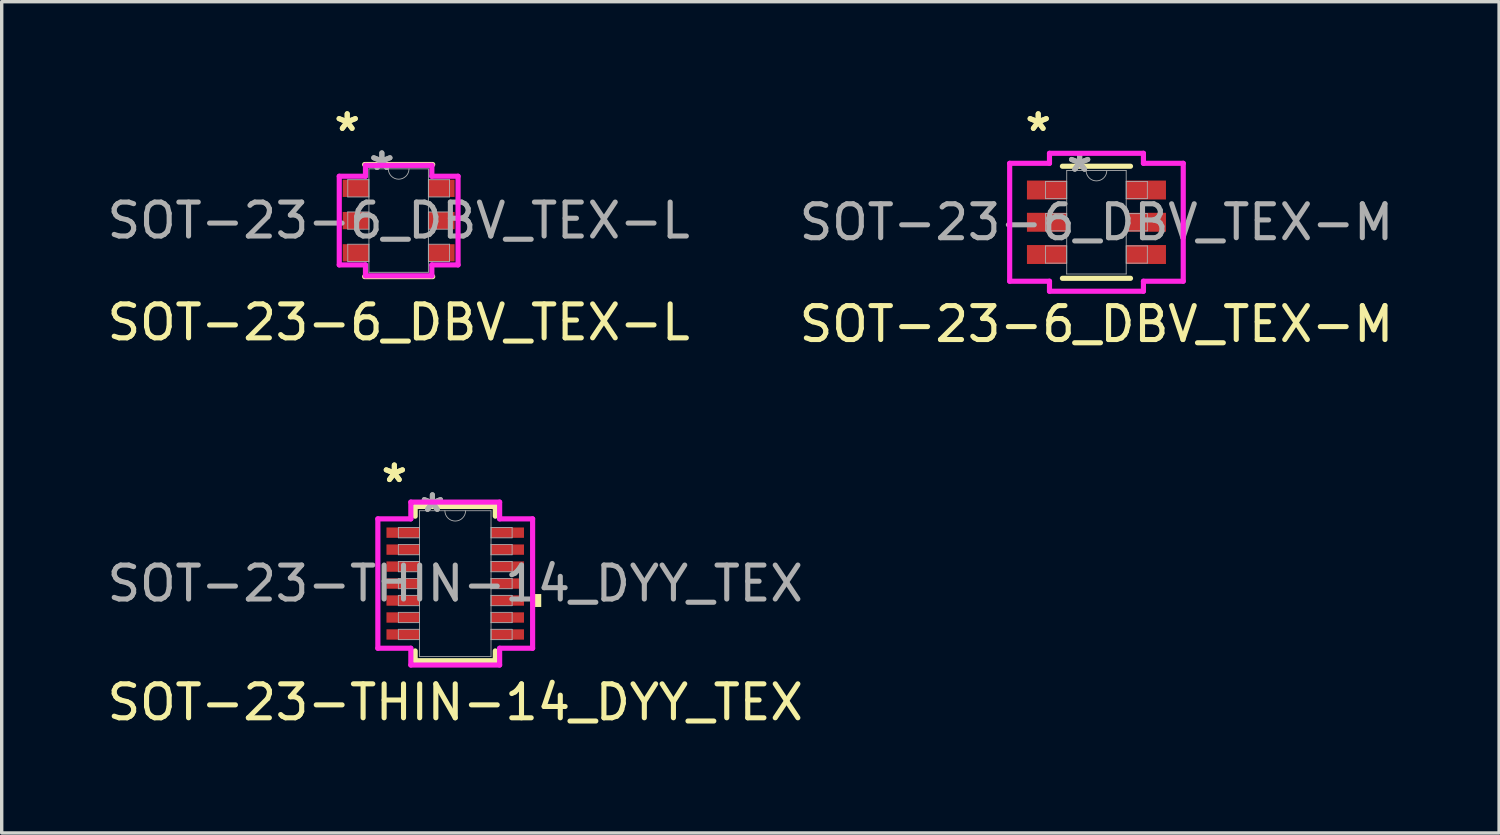
<source format=kicad_pcb>
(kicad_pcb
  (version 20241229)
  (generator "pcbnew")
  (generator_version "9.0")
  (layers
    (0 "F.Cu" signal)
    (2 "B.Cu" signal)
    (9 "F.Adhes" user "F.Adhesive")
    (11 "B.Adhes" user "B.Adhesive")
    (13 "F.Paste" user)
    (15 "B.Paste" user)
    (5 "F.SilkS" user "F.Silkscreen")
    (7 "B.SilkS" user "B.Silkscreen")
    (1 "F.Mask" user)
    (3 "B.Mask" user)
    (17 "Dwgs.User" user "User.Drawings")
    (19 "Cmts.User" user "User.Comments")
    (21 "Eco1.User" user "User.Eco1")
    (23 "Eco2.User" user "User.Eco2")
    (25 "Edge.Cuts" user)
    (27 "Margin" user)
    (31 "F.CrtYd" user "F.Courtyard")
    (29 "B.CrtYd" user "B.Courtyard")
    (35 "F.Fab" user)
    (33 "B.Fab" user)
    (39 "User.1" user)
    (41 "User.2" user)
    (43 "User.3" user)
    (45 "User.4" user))
  (footprint "SOT-23-6_DBV_TEX-L"
    (layer "F.Cu")
    (at 8.696 3.449)
    (property "Reference" "SOT-23-6_DBV_TEX-L" (at 0 3 0) (unlocked yes) (layer "F.SilkS") (effects (font (size 1 1) (thickness 0.15))))
    (attr smd)
    (fp_line (start -1.003 1.651) (end 1.003 1.651) (stroke (width 0.152) (type solid)) (layer "F.SilkS"))
    (fp_line (start 1.003 -1.651) (end -1.003 -1.651) (stroke (width 0.152) (type solid)) (layer "F.SilkS"))
    (fp_line (start -1.75 -1.306) (end -0.978 -1.306) (stroke (width 0.152) (type solid)) (layer "F.CrtYd"))
    (fp_line (start -1.75 1.306) (end -1.75 -1.306) (stroke (width 0.152) (type solid)) (layer "F.CrtYd"))
    (fp_line (start -1.75 1.306) (end -0.978 1.306) (stroke (width 0.152) (type solid)) (layer "F.CrtYd"))
    (fp_line (start -0.978 -1.626) (end 0.978 -1.626) (stroke (width 0.152) (type solid)) (layer "F.CrtYd"))
    (fp_line (start -0.978 -1.306) (end -0.978 -1.626) (stroke (width 0.152) (type solid)) (layer "F.CrtYd"))
    (fp_line (start -0.978 1.626) (end -0.978 1.306) (stroke (width 0.152) (type solid)) (layer "F.CrtYd"))
    (fp_line (start 0.978 -1.626) (end 0.978 -1.306) (stroke (width 0.152) (type solid)) (layer "F.CrtYd"))
    (fp_line (start 0.978 1.306) (end 0.978 1.626) (stroke (width 0.152) (type solid)) (layer "F.CrtYd"))
    (fp_line (start 0.978 1.626) (end -0.978 1.626) (stroke (width 0.152) (type solid)) (layer "F.CrtYd"))
    (fp_line (start 1.75 -1.306) (end 0.978 -1.306) (stroke (width 0.152) (type solid)) (layer "F.CrtYd"))
    (fp_line (start 1.75 -1.306) (end 1.75 1.306) (stroke (width 0.152) (type solid)) (layer "F.CrtYd"))
    (fp_line (start 1.75 1.306) (end 0.978 1.306) (stroke (width 0.152) (type solid)) (layer "F.CrtYd"))
    (fp_line (start -1.499 -1.204) (end -1.499 -0.696) (stroke (width 0.025) (type solid)) (layer "F.Fab"))
    (fp_line (start -1.499 -0.696) (end -0.876 -0.696) (stroke (width 0.025) (type solid)) (layer "F.Fab"))
    (fp_line (start -1.499 -0.254) (end -1.499 0.254) (stroke (width 0.025) (type solid)) (layer "F.Fab"))
    (fp_line (start -1.499 0.254) (end -0.876 0.254) (stroke (width 0.025) (type solid)) (layer "F.Fab"))
    (fp_line (start -1.499 0.696) (end -1.499 1.204) (stroke (width 0.025) (type solid)) (layer "F.Fab"))
    (fp_line (start -1.499 1.204) (end -0.876 1.204) (stroke (width 0.025) (type solid)) (layer "F.Fab"))
    (fp_line (start -0.876 -1.524) (end -0.876 1.524) (stroke (width 0.025) (type solid)) (layer "F.Fab"))
    (fp_line (start -0.876 -1.204) (end -1.499 -1.204) (stroke (width 0.025) (type solid)) (layer "F.Fab"))
    (fp_line (start -0.876 -0.696) (end -0.876 -1.204) (stroke (width 0.025) (type solid)) (layer "F.Fab"))
    (fp_line (start -0.876 -0.254) (end -1.499 -0.254) (stroke (width 0.025) (type solid)) (layer "F.Fab"))
    (fp_line (start -0.876 0.254) (end -0.876 -0.254) (stroke (width 0.025) (type solid)) (layer "F.Fab"))
    (fp_line (start -0.876 0.696) (end -1.499 0.696) (stroke (width 0.025) (type solid)) (layer "F.Fab"))
    (fp_line (start -0.876 1.204) (end -0.876 0.696) (stroke (width 0.025) (type solid)) (layer "F.Fab"))
    (fp_line (start -0.876 1.524) (end 0.876 1.524) (stroke (width 0.025) (type solid)) (layer "F.Fab"))
    (fp_line (start 0.876 -1.524) (end -0.876 -1.524) (stroke (width 0.025) (type solid)) (layer "F.Fab"))
    (fp_line (start 0.876 -1.204) (end 0.876 -0.696) (stroke (width 0.025) (type solid)) (layer "F.Fab"))
    (fp_line (start 0.876 -0.696) (end 1.499 -0.696) (stroke (width 0.025) (type solid)) (layer "F.Fab"))
    (fp_line (start 0.876 -0.254) (end 0.876 0.254) (stroke (width 0.025) (type solid)) (layer "F.Fab"))
    (fp_line (start 0.876 0.254) (end 1.499 0.254) (stroke (width 0.025) (type solid)) (layer "F.Fab"))
    (fp_line (start 0.876 0.696) (end 0.876 1.204) (stroke (width 0.025) (type solid)) (layer "F.Fab"))
    (fp_line (start 0.876 1.204) (end 1.499 1.204) (stroke (width 0.025) (type solid)) (layer "F.Fab"))
    (fp_line (start 0.876 1.524) (end 0.876 -1.524) (stroke (width 0.025) (type solid)) (layer "F.Fab"))
    (fp_line (start 1.499 -1.204) (end 0.876 -1.204) (stroke (width 0.025) (type solid)) (layer "F.Fab"))
    (fp_line (start 1.499 -0.696) (end 1.499 -1.204) (stroke (width 0.025) (type solid)) (layer "F.Fab"))
    (fp_line (start 1.499 -0.254) (end 0.876 -0.254) (stroke (width 0.025) (type solid)) (layer "F.Fab"))
    (fp_line (start 1.499 0.254) (end 1.499 -0.254) (stroke (width 0.025) (type solid)) (layer "F.Fab"))
    (fp_line (start 1.499 0.696) (end 0.876 0.696) (stroke (width 0.025) (type solid)) (layer "F.Fab"))
    (fp_line (start 1.499 1.204) (end 1.499 0.696) (stroke (width 0.025) (type solid)) (layer "F.Fab"))
    (fp_arc (start 0.3048 -1.524) (mid 0 -1.2192) (end -0.3048 -1.524) (stroke (width 0.0254) (type solid)) (layer "F.Fab"))
    (fp_text user "*" (at -1.516 -2.601 0) (layer "F.SilkS") (effects (font (size 1 1) (thickness 0.15))))
    (fp_text user "*" (at -1.516 -2.601 0) (unlocked yes) (layer "F.SilkS") (effects (font (size 1 1) (thickness 0.15))))
    (fp_text user "*" (at -0.495 -1.448 0) (unlocked yes) (layer "F.Fab") (effects (font (size 1 1) (thickness 0.15))))
    (fp_text user "*" (at -0.495 -1.448 0) (layer "F.Fab") (effects (font (size 1 1) (thickness 0.15))))
    (fp_text user "${REFERENCE}" (at 0 0 0) (unlocked yes) (layer "F.Fab") (effects (font (size 1 1) (thickness 0.15))))
    (pad "1" smd rect (at -1.262 -0.95) (size 0.772 0.508) (layers "F.Cu" "F.Mask" "F.Paste"))
    (pad "2" smd rect (at -1.262 0) (size 0.772 0.508) (layers "F.Cu" "F.Mask" "F.Paste"))
    (pad "3" smd rect (at -1.262 0.95) (size 0.772 0.508) (layers "F.Cu" "F.Mask" "F.Paste"))
    (pad "4" smd rect (at 1.262 0.95) (size 0.772 0.508) (layers "F.Cu" "F.Mask" "F.Paste"))
    (pad "5" smd rect (at 1.262 0) (size 0.772 0.508) (layers "F.Cu" "F.Mask" "F.Paste"))
    (pad "6" smd rect (at 1.262 -0.95) (size 0.772 0.508) (layers "F.Cu" "F.Mask" "F.Paste")))
  (footprint "SOT-23-THIN-14_DYY_TEX"
    (layer "F.Cu")
    (at 10.363 14.144)
    (property "Reference" "SOT-23-THIN-14_DYY_TEX" (at 0 3.5 0) (unlocked yes) (layer "F.SilkS") (effects (font (size 1 1) (thickness 0.15))))
    (attr smd)
    (fp_line (start -1.181 -2.273) (end -1.181 -1.985) (stroke (width 0.152) (type solid)) (layer "F.SilkS"))
    (fp_line (start -1.181 1.985) (end -1.181 2.273) (stroke (width 0.152) (type solid)) (layer "F.SilkS"))
    (fp_line (start -1.181 2.273) (end 1.181 2.273) (stroke (width 0.152) (type solid)) (layer "F.SilkS"))
    (fp_line (start 1.181 -2.273) (end -1.181 -2.273) (stroke (width 0.152) (type solid)) (layer "F.SilkS"))
    (fp_line (start 1.181 -1.985) (end 1.181 -2.273) (stroke (width 0.152) (type solid)) (layer "F.SilkS"))
    (fp_line (start 1.181 2.273) (end 1.181 1.985) (stroke (width 0.152) (type solid)) (layer "F.SilkS"))
    (fp_poly (pts (xy 2.534 0.309) (xy 2.534 0.69) (xy 2.28 0.69) (xy 2.28 0.309)) (stroke (width 0) (type solid)) (fill yes) (layer "F.SilkS"))
    (fp_line (start -2.28 -1.906) (end -1.308 -1.906) (stroke (width 0.152) (type solid)) (layer "F.CrtYd"))
    (fp_line (start -2.28 1.906) (end -2.28 -1.906) (stroke (width 0.152) (type solid)) (layer "F.CrtYd"))
    (fp_line (start -2.28 1.906) (end -1.308 1.906) (stroke (width 0.152) (type solid)) (layer "F.CrtYd"))
    (fp_line (start -1.308 -2.4) (end 1.308 -2.4) (stroke (width 0.152) (type solid)) (layer "F.CrtYd"))
    (fp_line (start -1.308 -1.906) (end -1.308 -2.4) (stroke (width 0.152) (type solid)) (layer "F.CrtYd"))
    (fp_line (start -1.308 2.4) (end -1.308 1.906) (stroke (width 0.152) (type solid)) (layer "F.CrtYd"))
    (fp_line (start 1.308 -2.4) (end 1.308 -1.906) (stroke (width 0.152) (type solid)) (layer "F.CrtYd"))
    (fp_line (start 1.308 1.906) (end 1.308 2.4) (stroke (width 0.152) (type solid)) (layer "F.CrtYd"))
    (fp_line (start 1.308 2.4) (end -1.308 2.4) (stroke (width 0.152) (type solid)) (layer "F.CrtYd"))
    (fp_line (start 2.28 -1.906) (end 1.308 -1.906) (stroke (width 0.152) (type solid)) (layer "F.CrtYd"))
    (fp_line (start 2.28 -1.906) (end 2.28 1.906) (stroke (width 0.152) (type solid)) (layer "F.CrtYd"))
    (fp_line (start 2.28 1.906) (end 1.308 1.906) (stroke (width 0.152) (type solid)) (layer "F.CrtYd"))
    (fp_line (start -1.676 -1.652) (end -1.676 -1.348) (stroke (width 0.025) (type solid)) (layer "F.Fab"))
    (fp_line (start -1.676 -1.348) (end -1.054 -1.348) (stroke (width 0.025) (type solid)) (layer "F.Fab"))
    (fp_line (start -1.676 -1.152) (end -1.676 -0.848) (stroke (width 0.025) (type solid)) (layer "F.Fab"))
    (fp_line (start -1.676 -0.848) (end -1.054 -0.848) (stroke (width 0.025) (type solid)) (layer "F.Fab"))
    (fp_line (start -1.676 -0.652) (end -1.676 -0.348) (stroke (width 0.025) (type solid)) (layer "F.Fab"))
    (fp_line (start -1.676 -0.348) (end -1.054 -0.348) (stroke (width 0.025) (type solid)) (layer "F.Fab"))
    (fp_line (start -1.676 -0.152) (end -1.676 0.152) (stroke (width 0.025) (type solid)) (layer "F.Fab"))
    (fp_line (start -1.676 0.152) (end -1.054 0.152) (stroke (width 0.025) (type solid)) (layer "F.Fab"))
    (fp_line (start -1.676 0.348) (end -1.676 0.652) (stroke (width 0.025) (type solid)) (layer "F.Fab"))
    (fp_line (start -1.676 0.652) (end -1.054 0.652) (stroke (width 0.025) (type solid)) (layer "F.Fab"))
    (fp_line (start -1.676 0.848) (end -1.676 1.152) (stroke (width 0.025) (type solid)) (layer "F.Fab"))
    (fp_line (start -1.676 1.152) (end -1.054 1.152) (stroke (width 0.025) (type solid)) (layer "F.Fab"))
    (fp_line (start -1.676 1.348) (end -1.676 1.652) (stroke (width 0.025) (type solid)) (layer "F.Fab"))
    (fp_line (start -1.676 1.652) (end -1.054 1.652) (stroke (width 0.025) (type solid)) (layer "F.Fab"))
    (fp_line (start -1.054 -2.146) (end -1.054 2.146) (stroke (width 0.025) (type solid)) (layer "F.Fab"))
    (fp_line (start -1.054 -1.652) (end -1.676 -1.652) (stroke (width 0.025) (type solid)) (layer "F.Fab"))
    (fp_line (start -1.054 -1.348) (end -1.054 -1.652) (stroke (width 0.025) (type solid)) (layer "F.Fab"))
    (fp_line (start -1.054 -1.152) (end -1.676 -1.152) (stroke (width 0.025) (type solid)) (layer "F.Fab"))
    (fp_line (start -1.054 -0.848) (end -1.054 -1.152) (stroke (width 0.025) (type solid)) (layer "F.Fab"))
    (fp_line (start -1.054 -0.652) (end -1.676 -0.652) (stroke (width 0.025) (type solid)) (layer "F.Fab"))
    (fp_line (start -1.054 -0.348) (end -1.054 -0.652) (stroke (width 0.025) (type solid)) (layer "F.Fab"))
    (fp_line (start -1.054 -0.152) (end -1.676 -0.152) (stroke (width 0.025) (type solid)) (layer "F.Fab"))
    (fp_line (start -1.054 0.152) (end -1.054 -0.152) (stroke (width 0.025) (type solid)) (layer "F.Fab"))
    (fp_line (start -1.054 0.348) (end -1.676 0.348) (stroke (width 0.025) (type solid)) (layer "F.Fab"))
    (fp_line (start -1.054 0.652) (end -1.054 0.348) (stroke (width 0.025) (type solid)) (layer "F.Fab"))
    (fp_line (start -1.054 0.848) (end -1.676 0.848) (stroke (width 0.025) (type solid)) (layer "F.Fab"))
    (fp_line (start -1.054 1.152) (end -1.054 0.848) (stroke (width 0.025) (type solid)) (layer "F.Fab"))
    (fp_line (start -1.054 1.348) (end -1.676 1.348) (stroke (width 0.025) (type solid)) (layer "F.Fab"))
    (fp_line (start -1.054 1.652) (end -1.054 1.348) (stroke (width 0.025) (type solid)) (layer "F.Fab"))
    (fp_line (start -1.054 2.146) (end 1.054 2.146) (stroke (width 0.025) (type solid)) (layer "F.Fab"))
    (fp_line (start 1.054 -2.146) (end -1.054 -2.146) (stroke (width 0.025) (type solid)) (layer "F.Fab"))
    (fp_line (start 1.054 -1.652) (end 1.054 -1.348) (stroke (width 0.025) (type solid)) (layer "F.Fab"))
    (fp_line (start 1.054 -1.348) (end 1.676 -1.348) (stroke (width 0.025) (type solid)) (layer "F.Fab"))
    (fp_line (start 1.054 -1.152) (end 1.054 -0.848) (stroke (width 0.025) (type solid)) (layer "F.Fab"))
    (fp_line (start 1.054 -0.848) (end 1.676 -0.848) (stroke (width 0.025) (type solid)) (layer "F.Fab"))
    (fp_line (start 1.054 -0.652) (end 1.054 -0.348) (stroke (width 0.025) (type solid)) (layer "F.Fab"))
    (fp_line (start 1.054 -0.348) (end 1.676 -0.348) (stroke (width 0.025) (type solid)) (layer "F.Fab"))
    (fp_line (start 1.054 -0.152) (end 1.054 0.152) (stroke (width 0.025) (type solid)) (layer "F.Fab"))
    (fp_line (start 1.054 0.152) (end 1.676 0.152) (stroke (width 0.025) (type solid)) (layer "F.Fab"))
    (fp_line (start 1.054 0.348) (end 1.054 0.652) (stroke (width 0.025) (type solid)) (layer "F.Fab"))
    (fp_line (start 1.054 0.652) (end 1.676 0.652) (stroke (width 0.025) (type solid)) (layer "F.Fab"))
    (fp_line (start 1.054 0.848) (end 1.054 1.152) (stroke (width 0.025) (type solid)) (layer "F.Fab"))
    (fp_line (start 1.054 1.152) (end 1.676 1.152) (stroke (width 0.025) (type solid)) (layer "F.Fab"))
    (fp_line (start 1.054 1.348) (end 1.054 1.652) (stroke (width 0.025) (type solid)) (layer "F.Fab"))
    (fp_line (start 1.054 1.652) (end 1.676 1.652) (stroke (width 0.025) (type solid)) (layer "F.Fab"))
    (fp_line (start 1.054 2.146) (end 1.054 -2.146) (stroke (width 0.025) (type solid)) (layer "F.Fab"))
    (fp_line (start 1.676 -1.652) (end 1.054 -1.652) (stroke (width 0.025) (type solid)) (layer "F.Fab"))
    (fp_line (start 1.676 -1.348) (end 1.676 -1.652) (stroke (width 0.025) (type solid)) (layer "F.Fab"))
    (fp_line (start 1.676 -1.152) (end 1.054 -1.152) (stroke (width 0.025) (type solid)) (layer "F.Fab"))
    (fp_line (start 1.676 -0.848) (end 1.676 -1.152) (stroke (width 0.025) (type solid)) (layer "F.Fab"))
    (fp_line (start 1.676 -0.652) (end 1.054 -0.652) (stroke (width 0.025) (type solid)) (layer "F.Fab"))
    (fp_line (start 1.676 -0.348) (end 1.676 -0.652) (stroke (width 0.025) (type solid)) (layer "F.Fab"))
    (fp_line (start 1.676 -0.152) (end 1.054 -0.152) (stroke (width 0.025) (type solid)) (layer "F.Fab"))
    (fp_line (start 1.676 0.152) (end 1.676 -0.152) (stroke (width 0.025) (type solid)) (layer "F.Fab"))
    (fp_line (start 1.676 0.348) (end 1.054 0.348) (stroke (width 0.025) (type solid)) (layer "F.Fab"))
    (fp_line (start 1.676 0.652) (end 1.676 0.348) (stroke (width 0.025) (type solid)) (layer "F.Fab"))
    (fp_line (start 1.676 0.848) (end 1.054 0.848) (stroke (width 0.025) (type solid)) (layer "F.Fab"))
    (fp_line (start 1.676 1.152) (end 1.676 0.848) (stroke (width 0.025) (type solid)) (layer "F.Fab"))
    (fp_line (start 1.676 1.348) (end 1.054 1.348) (stroke (width 0.025) (type solid)) (layer "F.Fab"))
    (fp_line (start 1.676 1.652) (end 1.676 1.348) (stroke (width 0.025) (type solid)) (layer "F.Fab"))
    (fp_arc (start 0.3048 -2.1463) (mid 0 -1.8415) (end -0.3048 -2.1463) (stroke (width 0.0254) (type solid)) (layer "F.Fab"))
    (fp_text user "*" (at -1.794 -2.948 0) (unlocked yes) (layer "F.SilkS") (effects (font (size 1 1) (thickness 0.15))))
    (fp_text user "*" (at -1.794 -2.948 0) (layer "F.SilkS") (effects (font (size 1 1) (thickness 0.15))))
    (fp_text user "${REFERENCE}" (at 0 0 0) (unlocked yes) (layer "F.Fab") (effects (font (size 1 1) (thickness 0.15))))
    (fp_text user "*" (at -0.673 -2.07 0) (unlocked yes) (layer "F.Fab") (effects (font (size 1 1) (thickness 0.15))))
    (fp_text user "*" (at -0.673 -2.07 0) (layer "F.Fab") (effects (font (size 1 1) (thickness 0.15))))
    (pad "1" smd rect (at -1.54 -1.5) (size 0.972 0.305) (layers "F.Cu" "F.Mask" "F.Paste"))
    (pad "2" smd rect (at -1.54 -1) (size 0.972 0.305) (layers "F.Cu" "F.Mask" "F.Paste"))
    (pad "3" smd rect (at -1.54 -0.5) (size 0.972 0.305) (layers "F.Cu" "F.Mask" "F.Paste"))
    (pad "4" smd rect (at -1.54 0) (size 0.972 0.305) (layers "F.Cu" "F.Mask" "F.Paste"))
    (pad "5" smd rect (at -1.54 0.5) (size 0.972 0.305) (layers "F.Cu" "F.Mask" "F.Paste"))
    (pad "6" smd rect (at -1.54 1) (size 0.972 0.305) (layers "F.Cu" "F.Mask" "F.Paste"))
    (pad "7" smd rect (at -1.54 1.5) (size 0.972 0.305) (layers "F.Cu" "F.Mask" "F.Paste"))
    (pad "8" smd rect (at 1.54 1.5) (size 0.972 0.305) (layers "F.Cu" "F.Mask" "F.Paste"))
    (pad "9" smd rect (at 1.54 1) (size 0.972 0.305) (layers "F.Cu" "F.Mask" "F.Paste"))
    (pad "10" smd rect (at 1.54 0.5) (size 0.972 0.305) (layers "F.Cu" "F.Mask" "F.Paste"))
    (pad "11" smd rect (at 1.54 0) (size 0.972 0.305) (layers "F.Cu" "F.Mask" "F.Paste"))
    (pad "12" smd rect (at 1.54 -0.5) (size 0.972 0.305) (layers "F.Cu" "F.Mask" "F.Paste"))
    (pad "13" smd rect (at 1.54 -1) (size 0.972 0.305) (layers "F.Cu" "F.Mask" "F.Paste"))
    (pad "14" smd rect (at 1.54 -1.5) (size 0.972 0.305) (layers "F.Cu" "F.Mask" "F.Paste")))
  (footprint "SOT-23-6_DBV_TEX-M"
    (layer "F.Cu")
    (at 29.256 3.499)
    (property "Reference" "SOT-23-6_DBV_TEX-M" (at 0 3 0) (unlocked yes) (layer "F.SilkS") (effects (font (size 1 1) (thickness 0.15))))
    (attr smd)
    (fp_line (start -1.003 1.651) (end 1.003 1.651) (stroke (width 0.152) (type solid)) (layer "F.SilkS"))
    (fp_line (start 1.003 -1.651) (end -1.003 -1.651) (stroke (width 0.152) (type solid)) (layer "F.SilkS"))
    (fp_line (start -2.557 -1.737) (end -1.384 -1.737) (stroke (width 0.152) (type solid)) (layer "F.CrtYd"))
    (fp_line (start -2.557 1.737) (end -2.557 -1.737) (stroke (width 0.152) (type solid)) (layer "F.CrtYd"))
    (fp_line (start -2.557 1.737) (end -1.384 1.737) (stroke (width 0.152) (type solid)) (layer "F.CrtYd"))
    (fp_line (start -1.384 -2.032) (end 1.384 -2.032) (stroke (width 0.152) (type solid)) (layer "F.CrtYd"))
    (fp_line (start -1.384 -1.737) (end -1.384 -2.032) (stroke (width 0.152) (type solid)) (layer "F.CrtYd"))
    (fp_line (start -1.384 2.032) (end -1.384 1.737) (stroke (width 0.152) (type solid)) (layer "F.CrtYd"))
    (fp_line (start 1.384 -2.032) (end 1.384 -1.737) (stroke (width 0.152) (type solid)) (layer "F.CrtYd"))
    (fp_line (start 1.384 1.737) (end 1.384 2.032) (stroke (width 0.152) (type solid)) (layer "F.CrtYd"))
    (fp_line (start 1.384 2.032) (end -1.384 2.032) (stroke (width 0.152) (type solid)) (layer "F.CrtYd"))
    (fp_line (start 2.557 -1.737) (end 1.384 -1.737) (stroke (width 0.152) (type solid)) (layer "F.CrtYd"))
    (fp_line (start 2.557 -1.737) (end 2.557 1.737) (stroke (width 0.152) (type solid)) (layer "F.CrtYd"))
    (fp_line (start 2.557 1.737) (end 1.384 1.737) (stroke (width 0.152) (type solid)) (layer "F.CrtYd"))
    (fp_line (start -1.499 -1.204) (end -1.499 -0.696) (stroke (width 0.025) (type solid)) (layer "F.Fab"))
    (fp_line (start -1.499 -0.696) (end -0.876 -0.696) (stroke (width 0.025) (type solid)) (layer "F.Fab"))
    (fp_line (start -1.499 -0.254) (end -1.499 0.254) (stroke (width 0.025) (type solid)) (layer "F.Fab"))
    (fp_line (start -1.499 0.254) (end -0.876 0.254) (stroke (width 0.025) (type solid)) (layer "F.Fab"))
    (fp_line (start -1.499 0.696) (end -1.499 1.204) (stroke (width 0.025) (type solid)) (layer "F.Fab"))
    (fp_line (start -1.499 1.204) (end -0.876 1.204) (stroke (width 0.025) (type solid)) (layer "F.Fab"))
    (fp_line (start -0.876 -1.524) (end -0.876 1.524) (stroke (width 0.025) (type solid)) (layer "F.Fab"))
    (fp_line (start -0.876 -1.204) (end -1.499 -1.204) (stroke (width 0.025) (type solid)) (layer "F.Fab"))
    (fp_line (start -0.876 -0.696) (end -0.876 -1.204) (stroke (width 0.025) (type solid)) (layer "F.Fab"))
    (fp_line (start -0.876 -0.254) (end -1.499 -0.254) (stroke (width 0.025) (type solid)) (layer "F.Fab"))
    (fp_line (start -0.876 0.254) (end -0.876 -0.254) (stroke (width 0.025) (type solid)) (layer "F.Fab"))
    (fp_line (start -0.876 0.696) (end -1.499 0.696) (stroke (width 0.025) (type solid)) (layer "F.Fab"))
    (fp_line (start -0.876 1.204) (end -0.876 0.696) (stroke (width 0.025) (type solid)) (layer "F.Fab"))
    (fp_line (start -0.876 1.524) (end 0.876 1.524) (stroke (width 0.025) (type solid)) (layer "F.Fab"))
    (fp_line (start 0.876 -1.524) (end -0.876 -1.524) (stroke (width 0.025) (type solid)) (layer "F.Fab"))
    (fp_line (start 0.876 -1.204) (end 0.876 -0.696) (stroke (width 0.025) (type solid)) (layer "F.Fab"))
    (fp_line (start 0.876 -0.696) (end 1.499 -0.696) (stroke (width 0.025) (type solid)) (layer "F.Fab"))
    (fp_line (start 0.876 -0.254) (end 0.876 0.254) (stroke (width 0.025) (type solid)) (layer "F.Fab"))
    (fp_line (start 0.876 0.254) (end 1.499 0.254) (stroke (width 0.025) (type solid)) (layer "F.Fab"))
    (fp_line (start 0.876 0.696) (end 0.876 1.204) (stroke (width 0.025) (type solid)) (layer "F.Fab"))
    (fp_line (start 0.876 1.204) (end 1.499 1.204) (stroke (width 0.025) (type solid)) (layer "F.Fab"))
    (fp_line (start 0.876 1.524) (end 0.876 -1.524) (stroke (width 0.025) (type solid)) (layer "F.Fab"))
    (fp_line (start 1.499 -1.204) (end 0.876 -1.204) (stroke (width 0.025) (type solid)) (layer "F.Fab"))
    (fp_line (start 1.499 -0.696) (end 1.499 -1.204) (stroke (width 0.025) (type solid)) (layer "F.Fab"))
    (fp_line (start 1.499 -0.254) (end 0.876 -0.254) (stroke (width 0.025) (type solid)) (layer "F.Fab"))
    (fp_line (start 1.499 0.254) (end 1.499 -0.254) (stroke (width 0.025) (type solid)) (layer "F.Fab"))
    (fp_line (start 1.499 0.696) (end 0.876 0.696) (stroke (width 0.025) (type solid)) (layer "F.Fab"))
    (fp_line (start 1.499 1.204) (end 1.499 0.696) (stroke (width 0.025) (type solid)) (layer "F.Fab"))
    (fp_arc (start 0.3048 -1.524) (mid 0 -1.2192) (end -0.3048 -1.524) (stroke (width 0.0254) (type solid)) (layer "F.Fab"))
    (fp_text user "*" (at -1.716 -2.651 0) (layer "F.SilkS") (effects (font (size 1 1) (thickness 0.15))))
    (fp_text user "*" (at -1.716 -2.651 0) (unlocked yes) (layer "F.SilkS") (effects (font (size 1 1) (thickness 0.15))))
    (fp_text user "*" (at -0.495 -1.448 0) (unlocked yes) (layer "F.Fab") (effects (font (size 1 1) (thickness 0.15))))
    (fp_text user "${REFERENCE}" (at 0 0 0) (unlocked yes) (layer "F.Fab") (effects (font (size 1 1) (thickness 0.15))))
    (fp_text user "*" (at -0.495 -1.448 0) (layer "F.Fab") (effects (font (size 1 1) (thickness 0.15))))
    (pad "1" smd rect (at -1.462 -0.95) (size 1.172 0.558) (layers "F.Cu" "F.Mask" "F.Paste"))
    (pad "2" smd rect (at -1.462 0) (size 1.172 0.558) (layers "F.Cu" "F.Mask" "F.Paste"))
    (pad "3" smd rect (at -1.462 0.95) (size 1.172 0.558) (layers "F.Cu" "F.Mask" "F.Paste"))
    (pad "4" smd rect (at 1.462 0.95) (size 1.172 0.558) (layers "F.Cu" "F.Mask" "F.Paste"))
    (pad "5" smd rect (at 1.462 0) (size 1.172 0.558) (layers "F.Cu" "F.Mask" "F.Paste"))
    (pad "6" smd rect (at 1.462 -0.95) (size 1.172 0.558) (layers "F.Cu" "F.Mask" "F.Paste")))
  (gr_rect
    (start -3 -3)
    (end 41.119 21.492)
    (stroke (width 0.1) (type default))
    (fill no)
    (layer "Edge.Cuts")))
</source>
